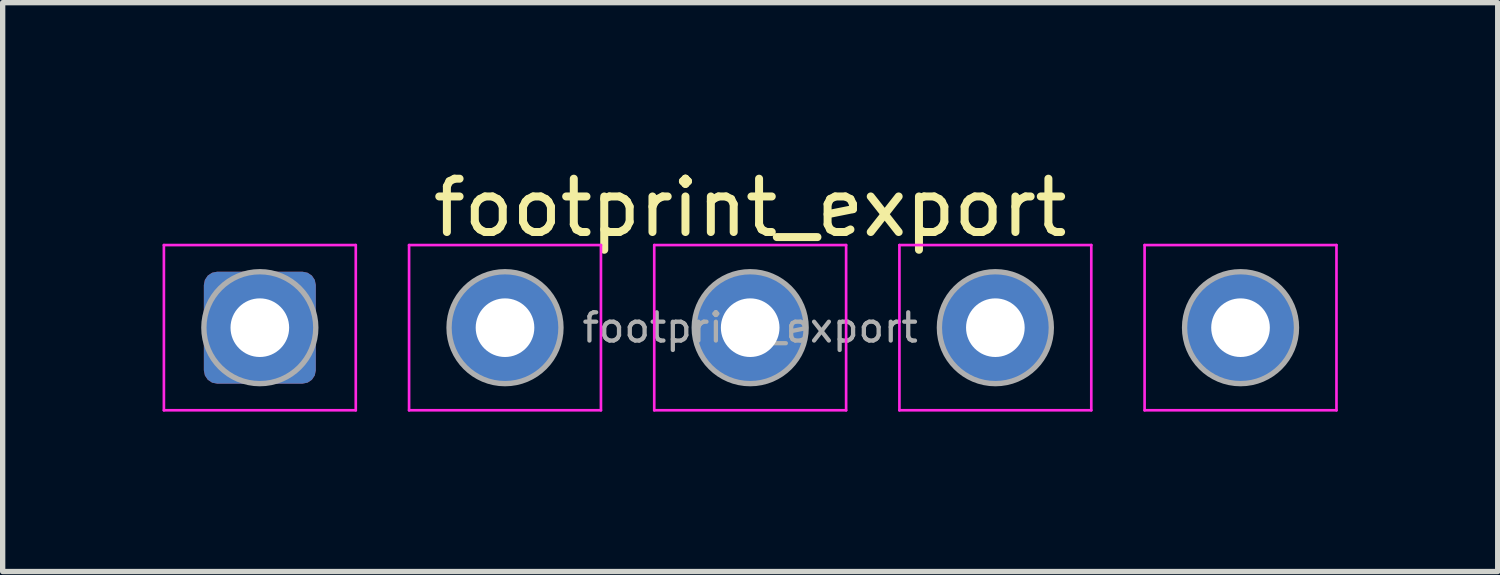
<source format=kicad_pcb>
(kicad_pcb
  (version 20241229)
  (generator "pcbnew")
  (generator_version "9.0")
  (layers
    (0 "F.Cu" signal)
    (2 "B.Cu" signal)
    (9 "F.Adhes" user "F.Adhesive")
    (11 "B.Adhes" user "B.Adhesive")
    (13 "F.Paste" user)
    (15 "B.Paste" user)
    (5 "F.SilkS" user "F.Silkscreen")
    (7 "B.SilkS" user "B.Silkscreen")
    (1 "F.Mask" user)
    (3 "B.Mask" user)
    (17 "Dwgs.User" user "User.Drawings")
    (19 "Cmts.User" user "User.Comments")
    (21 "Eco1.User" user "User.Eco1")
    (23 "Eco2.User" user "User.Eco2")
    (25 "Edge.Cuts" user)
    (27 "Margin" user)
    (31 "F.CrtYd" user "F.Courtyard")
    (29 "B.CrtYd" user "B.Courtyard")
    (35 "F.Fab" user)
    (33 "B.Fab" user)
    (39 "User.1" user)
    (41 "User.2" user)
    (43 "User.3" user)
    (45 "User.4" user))
  (footprint "footprint_export"
    (layer "F.Cu")
    (at 1.825 3.098)
    (property "Reference" "footprint_export" (at 9.2 -2.25 0) (layer "F.SilkS") (effects (font (size 1 1) (thickness 0.15))))
    (attr exclude_from_pos_files exclude_from_bom)
    (fp_line (start -1.8 -1.55) (end -1.8 1.55) (stroke (width 0.05) (type solid)) (layer "F.CrtYd"))
    (fp_line (start -1.8 1.55) (end 1.8 1.55) (stroke (width 0.05) (type solid)) (layer "F.CrtYd"))
    (fp_line (start 1.8 -1.55) (end -1.8 -1.55) (stroke (width 0.05) (type solid)) (layer "F.CrtYd"))
    (fp_line (start 1.8 1.55) (end 1.8 -1.55) (stroke (width 0.05) (type solid)) (layer "F.CrtYd"))
    (fp_line (start 2.8 -1.55) (end 2.8 1.55) (stroke (width 0.05) (type solid)) (layer "F.CrtYd"))
    (fp_line (start 2.8 1.55) (end 6.4 1.55) (stroke (width 0.05) (type solid)) (layer "F.CrtYd"))
    (fp_line (start 6.4 -1.55) (end 2.8 -1.55) (stroke (width 0.05) (type solid)) (layer "F.CrtYd"))
    (fp_line (start 6.4 1.55) (end 6.4 -1.55) (stroke (width 0.05) (type solid)) (layer "F.CrtYd"))
    (fp_line (start 7.4 -1.55) (end 7.4 1.55) (stroke (width 0.05) (type solid)) (layer "F.CrtYd"))
    (fp_line (start 7.4 1.55) (end 11 1.55) (stroke (width 0.05) (type solid)) (layer "F.CrtYd"))
    (fp_line (start 11 -1.55) (end 7.4 -1.55) (stroke (width 0.05) (type solid)) (layer "F.CrtYd"))
    (fp_line (start 11 1.55) (end 11 -1.55) (stroke (width 0.05) (type solid)) (layer "F.CrtYd"))
    (fp_line (start 12 -1.55) (end 12 1.55) (stroke (width 0.05) (type solid)) (layer "F.CrtYd"))
    (fp_line (start 12 1.55) (end 15.6 1.55) (stroke (width 0.05) (type solid)) (layer "F.CrtYd"))
    (fp_line (start 15.6 -1.55) (end 12 -1.55) (stroke (width 0.05) (type solid)) (layer "F.CrtYd"))
    (fp_line (start 15.6 1.55) (end 15.6 -1.55) (stroke (width 0.05) (type solid)) (layer "F.CrtYd"))
    (fp_line (start 16.6 -1.55) (end 16.6 1.55) (stroke (width 0.05) (type solid)) (layer "F.CrtYd"))
    (fp_line (start 16.6 1.55) (end 20.2 1.55) (stroke (width 0.05) (type solid)) (layer "F.CrtYd"))
    (fp_line (start 20.2 -1.55) (end 16.6 -1.55) (stroke (width 0.05) (type solid)) (layer "F.CrtYd"))
    (fp_line (start 20.2 1.55) (end 20.2 -1.55) (stroke (width 0.05) (type solid)) (layer "F.CrtYd"))
    (fp_circle (center 0 0) (end 1.05 0) (stroke (width 0.1) (type solid)) (fill no) (layer "F.Fab"))
    (fp_circle (center 4.6 0) (end 5.65 0) (stroke (width 0.1) (type solid)) (fill no) (layer "F.Fab"))
    (fp_circle (center 9.2 0) (end 10.25 0) (stroke (width 0.1) (type solid)) (fill no) (layer "F.Fab"))
    (fp_circle (center 13.8 0) (end 14.85 0) (stroke (width 0.1) (type solid)) (fill no) (layer "F.Fab"))
    (fp_circle (center 18.4 0) (end 19.45 0) (stroke (width 0.1) (type solid)) (fill no) (layer "F.Fab"))
    (fp_text user "${REFERENCE}" (at 9.2 0 0) (layer "F.Fab") (effects (font (size 0.53 0.53) (thickness 0.08))))
    (pad "1" thru_hole roundrect (at 0 0) (size 2.1 2.1) (drill 1.1) (layers "*.Cu" "*.Mask") (roundrect_rratio 0.119))
    (pad "2" thru_hole circle (at 4.6 0) (size 2.1 2.1) (drill 1.1) (layers "*.Cu" "*.Mask"))
    (pad "3" thru_hole circle (at 9.2 0) (size 2.1 2.1) (drill 1.1) (layers "*.Cu" "*.Mask"))
    (pad "4" thru_hole circle (at 13.8 0) (size 2.1 2.1) (drill 1.1) (layers "*.Cu" "*.Mask"))
    (pad "5" thru_hole circle (at 18.4 0) (size 2.1 2.1) (drill 1.1) (layers "*.Cu" "*.Mask")))
  (gr_rect
    (start -3 -3)
    (end 25.05 7.673)
    (stroke (width 0.1) (type default))
    (fill no)
    (layer "Edge.Cuts")))
</source>
